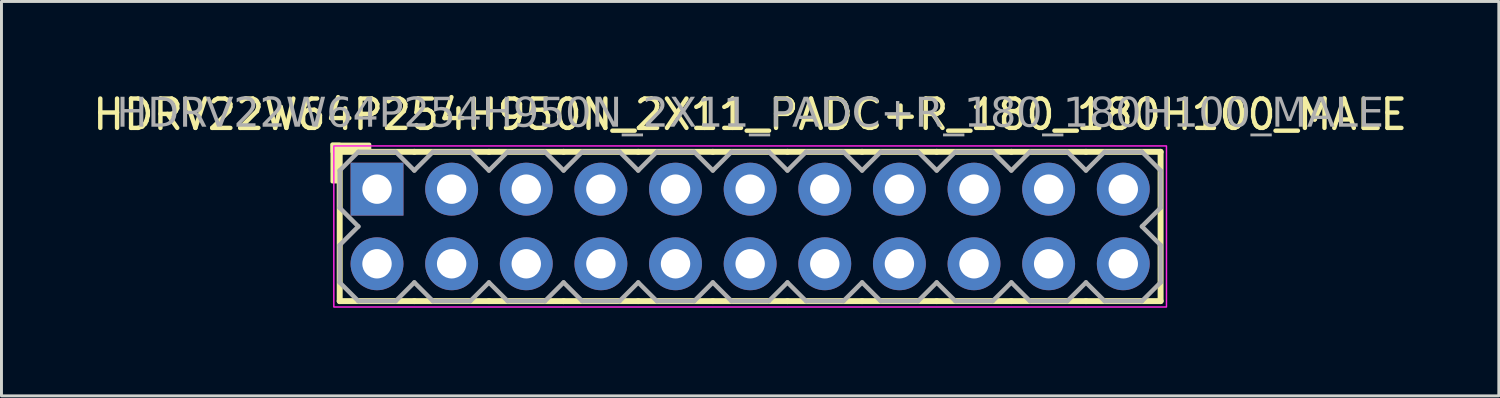
<source format=kicad_pcb>
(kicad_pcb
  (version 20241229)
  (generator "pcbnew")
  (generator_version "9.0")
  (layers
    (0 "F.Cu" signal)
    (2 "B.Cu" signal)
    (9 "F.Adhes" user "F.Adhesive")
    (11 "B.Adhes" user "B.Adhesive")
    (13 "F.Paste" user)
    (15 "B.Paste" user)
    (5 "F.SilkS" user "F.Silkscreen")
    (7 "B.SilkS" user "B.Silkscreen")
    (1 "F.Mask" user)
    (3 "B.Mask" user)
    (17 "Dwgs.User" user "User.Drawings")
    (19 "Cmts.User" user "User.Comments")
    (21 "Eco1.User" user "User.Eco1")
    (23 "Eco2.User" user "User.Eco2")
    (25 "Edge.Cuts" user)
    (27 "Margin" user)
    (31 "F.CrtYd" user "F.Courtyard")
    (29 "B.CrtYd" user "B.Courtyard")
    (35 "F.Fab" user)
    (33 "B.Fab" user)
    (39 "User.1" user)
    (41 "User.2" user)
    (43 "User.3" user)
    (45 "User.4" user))
  (footprint "HDRV22W64P254H950N_2X11_PADC+R_180_180H100_MALE"
    (layer "F.Cu")
    (at 22.482 4.658)
    (property "Reference" "HDRV22W64P254H950N_2X11_PADC+R_180_180H100_MALE" (at 0 -3.81 0) (layer "F.SilkS") (effects (font (size 1 1) (thickness 0.15))))
    (attr through_hole)
    (fp_line (start -13.97 2.54) (end -13.97 -2.54) (stroke (width 0.203) (type solid)) (layer "F.SilkS"))
    (fp_line (start -11.43 -2.54) (end -13.97 -2.54) (stroke (width 0.203) (type solid)) (layer "F.SilkS"))
    (fp_line (start -11.43 2.54) (end -13.97 2.54) (stroke (width 0.203) (type solid)) (layer "F.SilkS"))
    (fp_line (start -8.89 -2.54) (end -11.43 -2.54) (stroke (width 0.203) (type solid)) (layer "F.SilkS"))
    (fp_line (start -8.89 2.54) (end -11.43 2.54) (stroke (width 0.203) (type solid)) (layer "F.SilkS"))
    (fp_line (start -6.35 -2.54) (end -8.89 -2.54) (stroke (width 0.203) (type solid)) (layer "F.SilkS"))
    (fp_line (start -6.35 2.54) (end -8.89 2.54) (stroke (width 0.203) (type solid)) (layer "F.SilkS"))
    (fp_line (start -3.81 -2.54) (end -6.35 -2.54) (stroke (width 0.203) (type solid)) (layer "F.SilkS"))
    (fp_line (start -3.81 2.54) (end -6.35 2.54) (stroke (width 0.203) (type solid)) (layer "F.SilkS"))
    (fp_line (start -1.27 -2.54) (end -3.81 -2.54) (stroke (width 0.203) (type solid)) (layer "F.SilkS"))
    (fp_line (start -1.27 2.54) (end -3.81 2.54) (stroke (width 0.203) (type solid)) (layer "F.SilkS"))
    (fp_line (start 1.27 -2.54) (end -1.27 -2.54) (stroke (width 0.203) (type solid)) (layer "F.SilkS"))
    (fp_line (start 1.27 2.54) (end -1.27 2.54) (stroke (width 0.203) (type solid)) (layer "F.SilkS"))
    (fp_line (start 3.81 -2.54) (end 1.27 -2.54) (stroke (width 0.203) (type solid)) (layer "F.SilkS"))
    (fp_line (start 3.81 2.54) (end 1.27 2.54) (stroke (width 0.203) (type solid)) (layer "F.SilkS"))
    (fp_line (start 6.35 -2.54) (end 3.81 -2.54) (stroke (width 0.203) (type solid)) (layer "F.SilkS"))
    (fp_line (start 6.35 2.54) (end 3.81 2.54) (stroke (width 0.203) (type solid)) (layer "F.SilkS"))
    (fp_line (start 8.89 -2.54) (end 6.35 -2.54) (stroke (width 0.203) (type solid)) (layer "F.SilkS"))
    (fp_line (start 8.89 2.54) (end 6.35 2.54) (stroke (width 0.203) (type solid)) (layer "F.SilkS"))
    (fp_line (start 11.43 -2.54) (end 8.89 -2.54) (stroke (width 0.203) (type solid)) (layer "F.SilkS"))
    (fp_line (start 11.43 2.54) (end 8.89 2.54) (stroke (width 0.203) (type solid)) (layer "F.SilkS"))
    (fp_line (start 13.97 -2.54) (end 11.43 -2.54) (stroke (width 0.203) (type solid)) (layer "F.SilkS"))
    (fp_line (start 13.97 2.54) (end 11.43 2.54) (stroke (width 0.203) (type solid)) (layer "F.SilkS"))
    (fp_line (start 13.97 2.54) (end 13.97 -2.54) (stroke (width 0.203) (type solid)) (layer "F.SilkS"))
    (fp_rect (start -14.224 -1.524) (end -13.97 -2.794) (stroke (width 0.12) (type solid)) (fill yes) (layer "F.SilkS"))
    (fp_rect (start -12.954 -2.54) (end -14.224 -2.794) (stroke (width 0.12) (type solid)) (fill yes) (layer "F.SilkS"))
    (fp_rect (start -14.17 -2.74) (end 14.17 2.74) (stroke (width 0.05) (type default)) (fill no) (layer "F.CrtYd"))
    (fp_line (start -13.97 -1.905) (end -13.97 -0.635) (stroke (width 0.152) (type solid)) (layer "F.Fab"))
    (fp_line (start -13.97 -1.905) (end -13.335 -2.54) (stroke (width 0.152) (type solid)) (layer "F.Fab"))
    (fp_line (start -13.97 0.635) (end -13.97 1.905) (stroke (width 0.152) (type solid)) (layer "F.Fab"))
    (fp_line (start -13.335 -2.54) (end -12.065 -2.54) (stroke (width 0.152) (type solid)) (layer "F.Fab"))
    (fp_line (start -13.335 0) (end -13.97 -0.635) (stroke (width 0.152) (type solid)) (layer "F.Fab"))
    (fp_line (start -13.335 0) (end -13.97 0.635) (stroke (width 0.152) (type solid)) (layer "F.Fab"))
    (fp_line (start -13.335 2.54) (end -13.97 1.905) (stroke (width 0.152) (type solid)) (layer "F.Fab"))
    (fp_line (start -12.065 -2.54) (end -11.43 -1.905) (stroke (width 0.152) (type solid)) (layer "F.Fab"))
    (fp_line (start -12.065 2.54) (end -13.335 2.54) (stroke (width 0.152) (type solid)) (layer "F.Fab"))
    (fp_line (start -11.43 -1.905) (end -10.795 -2.54) (stroke (width 0.152) (type solid)) (layer "F.Fab"))
    (fp_line (start -11.43 1.905) (end -12.065 2.54) (stroke (width 0.152) (type solid)) (layer "F.Fab"))
    (fp_line (start -10.795 -2.54) (end -9.525 -2.54) (stroke (width 0.152) (type solid)) (layer "F.Fab"))
    (fp_line (start -10.795 2.54) (end -11.43 1.905) (stroke (width 0.152) (type solid)) (layer "F.Fab"))
    (fp_line (start -9.525 -2.54) (end -8.89 -1.905) (stroke (width 0.152) (type solid)) (layer "F.Fab"))
    (fp_line (start -9.525 2.54) (end -10.795 2.54) (stroke (width 0.152) (type solid)) (layer "F.Fab"))
    (fp_line (start -8.89 -1.905) (end -8.255 -2.54) (stroke (width 0.152) (type solid)) (layer "F.Fab"))
    (fp_line (start -8.89 1.905) (end -9.525 2.54) (stroke (width 0.152) (type solid)) (layer "F.Fab"))
    (fp_line (start -8.255 -2.54) (end -6.985 -2.54) (stroke (width 0.152) (type solid)) (layer "F.Fab"))
    (fp_line (start -8.255 2.54) (end -8.89 1.905) (stroke (width 0.152) (type solid)) (layer "F.Fab"))
    (fp_line (start -6.985 -2.54) (end -6.35 -1.905) (stroke (width 0.152) (type solid)) (layer "F.Fab"))
    (fp_line (start -6.985 2.54) (end -8.255 2.54) (stroke (width 0.152) (type solid)) (layer "F.Fab"))
    (fp_line (start -6.35 -1.905) (end -5.715 -2.54) (stroke (width 0.152) (type solid)) (layer "F.Fab"))
    (fp_line (start -6.35 1.905) (end -6.985 2.54) (stroke (width 0.152) (type solid)) (layer "F.Fab"))
    (fp_line (start -5.715 -2.54) (end -4.445 -2.54) (stroke (width 0.152) (type solid)) (layer "F.Fab"))
    (fp_line (start -5.715 2.54) (end -6.35 1.905) (stroke (width 0.152) (type solid)) (layer "F.Fab"))
    (fp_line (start -4.445 -2.54) (end -3.81 -1.905) (stroke (width 0.152) (type solid)) (layer "F.Fab"))
    (fp_line (start -4.445 2.54) (end -5.715 2.54) (stroke (width 0.152) (type solid)) (layer "F.Fab"))
    (fp_line (start -3.81 -1.905) (end -3.175 -2.54) (stroke (width 0.152) (type solid)) (layer "F.Fab"))
    (fp_line (start -3.81 1.905) (end -4.445 2.54) (stroke (width 0.152) (type solid)) (layer "F.Fab"))
    (fp_line (start -3.175 -2.54) (end -1.905 -2.54) (stroke (width 0.152) (type solid)) (layer "F.Fab"))
    (fp_line (start -3.175 2.54) (end -3.81 1.905) (stroke (width 0.152) (type solid)) (layer "F.Fab"))
    (fp_line (start -1.905 -2.54) (end -1.27 -1.905) (stroke (width 0.152) (type solid)) (layer "F.Fab"))
    (fp_line (start -1.905 2.54) (end -3.175 2.54) (stroke (width 0.152) (type solid)) (layer "F.Fab"))
    (fp_line (start -1.27 -1.905) (end -0.635 -2.54) (stroke (width 0.152) (type solid)) (layer "F.Fab"))
    (fp_line (start -1.27 1.905) (end -1.905 2.54) (stroke (width 0.152) (type solid)) (layer "F.Fab"))
    (fp_line (start -0.635 -2.54) (end 0.635 -2.54) (stroke (width 0.152) (type solid)) (layer "F.Fab"))
    (fp_line (start -0.635 2.54) (end -1.27 1.905) (stroke (width 0.152) (type solid)) (layer "F.Fab"))
    (fp_line (start 0.635 -2.54) (end 1.27 -1.905) (stroke (width 0.152) (type solid)) (layer "F.Fab"))
    (fp_line (start 0.635 2.54) (end -0.635 2.54) (stroke (width 0.152) (type solid)) (layer "F.Fab"))
    (fp_line (start 1.27 -1.905) (end 1.905 -2.54) (stroke (width 0.152) (type solid)) (layer "F.Fab"))
    (fp_line (start 1.27 1.905) (end 0.635 2.54) (stroke (width 0.152) (type solid)) (layer "F.Fab"))
    (fp_line (start 1.905 -2.54) (end 3.175 -2.54) (stroke (width 0.152) (type solid)) (layer "F.Fab"))
    (fp_line (start 1.905 2.54) (end 1.27 1.905) (stroke (width 0.152) (type solid)) (layer "F.Fab"))
    (fp_line (start 3.175 -2.54) (end 3.81 -1.905) (stroke (width 0.152) (type solid)) (layer "F.Fab"))
    (fp_line (start 3.175 2.54) (end 1.905 2.54) (stroke (width 0.152) (type solid)) (layer "F.Fab"))
    (fp_line (start 3.81 -1.905) (end 4.445 -2.54) (stroke (width 0.152) (type solid)) (layer "F.Fab"))
    (fp_line (start 3.81 1.905) (end 3.175 2.54) (stroke (width 0.152) (type solid)) (layer "F.Fab"))
    (fp_line (start 4.445 -2.54) (end 5.715 -2.54) (stroke (width 0.152) (type solid)) (layer "F.Fab"))
    (fp_line (start 4.445 2.54) (end 3.81 1.905) (stroke (width 0.152) (type solid)) (layer "F.Fab"))
    (fp_line (start 5.715 -2.54) (end 6.35 -1.905) (stroke (width 0.152) (type solid)) (layer "F.Fab"))
    (fp_line (start 5.715 2.54) (end 4.445 2.54) (stroke (width 0.152) (type solid)) (layer "F.Fab"))
    (fp_line (start 6.35 -1.905) (end 6.985 -2.54) (stroke (width 0.152) (type solid)) (layer "F.Fab"))
    (fp_line (start 6.35 1.905) (end 5.715 2.54) (stroke (width 0.152) (type solid)) (layer "F.Fab"))
    (fp_line (start 6.985 -2.54) (end 8.255 -2.54) (stroke (width 0.152) (type solid)) (layer "F.Fab"))
    (fp_line (start 6.985 2.54) (end 6.35 1.905) (stroke (width 0.152) (type solid)) (layer "F.Fab"))
    (fp_line (start 8.255 -2.54) (end 8.89 -1.905) (stroke (width 0.152) (type solid)) (layer "F.Fab"))
    (fp_line (start 8.255 2.54) (end 6.985 2.54) (stroke (width 0.152) (type solid)) (layer "F.Fab"))
    (fp_line (start 8.89 -1.905) (end 9.525 -2.54) (stroke (width 0.152) (type solid)) (layer "F.Fab"))
    (fp_line (start 8.89 1.905) (end 8.255 2.54) (stroke (width 0.152) (type solid)) (layer "F.Fab"))
    (fp_line (start 9.525 -2.54) (end 10.795 -2.54) (stroke (width 0.152) (type solid)) (layer "F.Fab"))
    (fp_line (start 9.525 2.54) (end 8.89 1.905) (stroke (width 0.152) (type solid)) (layer "F.Fab"))
    (fp_line (start 10.795 -2.54) (end 11.43 -1.905) (stroke (width 0.152) (type solid)) (layer "F.Fab"))
    (fp_line (start 10.795 2.54) (end 9.525 2.54) (stroke (width 0.152) (type solid)) (layer "F.Fab"))
    (fp_line (start 11.43 -1.905) (end 12.065 -2.54) (stroke (width 0.152) (type solid)) (layer "F.Fab"))
    (fp_line (start 11.43 1.905) (end 10.795 2.54) (stroke (width 0.152) (type solid)) (layer "F.Fab"))
    (fp_line (start 12.065 -2.54) (end 13.335 -2.54) (stroke (width 0.152) (type solid)) (layer "F.Fab"))
    (fp_line (start 12.065 2.54) (end 11.43 1.905) (stroke (width 0.152) (type solid)) (layer "F.Fab"))
    (fp_line (start 13.335 -2.54) (end 13.97 -1.905) (stroke (width 0.152) (type solid)) (layer "F.Fab"))
    (fp_line (start 13.335 0) (end 13.97 0.635) (stroke (width 0.152) (type solid)) (layer "F.Fab"))
    (fp_line (start 13.335 2.54) (end 12.065 2.54) (stroke (width 0.152) (type solid)) (layer "F.Fab"))
    (fp_line (start 13.97 -1.905) (end 13.97 -0.635) (stroke (width 0.152) (type solid)) (layer "F.Fab"))
    (fp_line (start 13.97 -0.635) (end 13.335 0) (stroke (width 0.152) (type solid)) (layer "F.Fab"))
    (fp_line (start 13.97 0.635) (end 13.97 1.905) (stroke (width 0.152) (type solid)) (layer "F.Fab"))
    (fp_line (start 13.97 1.905) (end 13.335 2.54) (stroke (width 0.152) (type solid)) (layer "F.Fab"))
    (fp_rect (start -12.446 -1.524) (end -12.954 -1.016) (stroke (width 0.152) (type solid)) (fill no) (layer "F.Fab"))
    (fp_rect (start -12.446 1.016) (end -12.954 1.524) (stroke (width 0.152) (type solid)) (fill no) (layer "F.Fab"))
    (fp_rect (start -9.906 -1.524) (end -10.414 -1.016) (stroke (width 0.152) (type solid)) (fill no) (layer "F.Fab"))
    (fp_rect (start -9.906 1.016) (end -10.414 1.524) (stroke (width 0.152) (type solid)) (fill no) (layer "F.Fab"))
    (fp_rect (start -7.366 -1.524) (end -7.874 -1.016) (stroke (width 0.152) (type solid)) (fill no) (layer "F.Fab"))
    (fp_rect (start -7.366 1.016) (end -7.874 1.524) (stroke (width 0.152) (type solid)) (fill no) (layer "F.Fab"))
    (fp_rect (start -4.826 -1.524) (end -5.334 -1.016) (stroke (width 0.152) (type solid)) (fill no) (layer "F.Fab"))
    (fp_rect (start -4.826 1.016) (end -5.334 1.524) (stroke (width 0.152) (type solid)) (fill no) (layer "F.Fab"))
    (fp_rect (start -2.286 -1.524) (end -2.794 -1.016) (stroke (width 0.152) (type solid)) (fill no) (layer "F.Fab"))
    (fp_rect (start -2.286 1.016) (end -2.794 1.524) (stroke (width 0.152) (type solid)) (fill no) (layer "F.Fab"))
    (fp_rect (start 0.254 -1.524) (end -0.254 -1.016) (stroke (width 0.152) (type solid)) (fill no) (layer "F.Fab"))
    (fp_rect (start 0.254 1.016) (end -0.254 1.524) (stroke (width 0.152) (type solid)) (fill no) (layer "F.Fab"))
    (fp_rect (start 2.794 -1.524) (end 2.286 -1.016) (stroke (width 0.152) (type solid)) (fill no) (layer "F.Fab"))
    (fp_rect (start 2.794 1.016) (end 2.286 1.524) (stroke (width 0.152) (type solid)) (fill no) (layer "F.Fab"))
    (fp_rect (start 5.334 -1.524) (end 4.826 -1.016) (stroke (width 0.152) (type solid)) (fill no) (layer "F.Fab"))
    (fp_rect (start 5.334 1.016) (end 4.826 1.524) (stroke (width 0.152) (type solid)) (fill no) (layer "F.Fab"))
    (fp_rect (start 7.874 -1.524) (end 7.366 -1.016) (stroke (width 0.152) (type solid)) (fill no) (layer "F.Fab"))
    (fp_rect (start 7.874 1.016) (end 7.366 1.524) (stroke (width 0.152) (type solid)) (fill no) (layer "F.Fab"))
    (fp_rect (start 10.414 -1.524) (end 9.906 -1.016) (stroke (width 0.152) (type solid)) (fill no) (layer "F.Fab"))
    (fp_rect (start 10.414 1.016) (end 9.906 1.524) (stroke (width 0.152) (type solid)) (fill no) (layer "F.Fab"))
    (fp_rect (start 12.954 -1.524) (end 12.446 -1.016) (stroke (width 0.152) (type solid)) (fill no) (layer "F.Fab"))
    (fp_rect (start 12.954 1.016) (end 12.446 1.524) (stroke (width 0.152) (type solid)) (fill no) (layer "F.Fab"))
    (fp_text user "${REFERENCE}" (at 0 -3.81 0) (layer "F.Fab") (effects (font (face "Tahoma") (size 1 1) (thickness 0.15))))
    (pad "1" thru_hole rect (at -12.7 -1.27) (size 1.8 1.8) (drill 1) (layers "*.Cu" "*.Mask"))
    (pad "2" thru_hole circle (at -12.7 1.27) (size 1.8 1.8) (drill 1) (layers "*.Cu" "*.Mask"))
    (pad "3" thru_hole circle (at -10.16 -1.27) (size 1.8 1.8) (drill 1) (layers "*.Cu" "*.Mask"))
    (pad "4" thru_hole circle (at -10.16 1.27) (size 1.8 1.8) (drill 1) (layers "*.Cu" "*.Mask"))
    (pad "5" thru_hole circle (at -7.62 -1.27) (size 1.8 1.8) (drill 1) (layers "*.Cu" "*.Mask"))
    (pad "6" thru_hole circle (at -7.62 1.27) (size 1.8 1.8) (drill 1) (layers "*.Cu" "*.Mask"))
    (pad "7" thru_hole circle (at -5.08 -1.27) (size 1.8 1.8) (drill 1) (layers "*.Cu" "*.Mask"))
    (pad "8" thru_hole circle (at -5.08 1.27) (size 1.8 1.8) (drill 1) (layers "*.Cu" "*.Mask"))
    (pad "9" thru_hole circle (at -2.54 -1.27) (size 1.8 1.8) (drill 1) (layers "*.Cu" "*.Mask"))
    (pad "10" thru_hole circle (at -2.54 1.27) (size 1.8 1.8) (drill 1) (layers "*.Cu" "*.Mask"))
    (pad "11" thru_hole circle (at 0 -1.27) (size 1.8 1.8) (drill 1) (layers "*.Cu" "*.Mask"))
    (pad "12" thru_hole circle (at 0 1.27) (size 1.8 1.8) (drill 1) (layers "*.Cu" "*.Mask"))
    (pad "13" thru_hole circle (at 2.54 -1.27) (size 1.8 1.8) (drill 1) (layers "*.Cu" "*.Mask"))
    (pad "14" thru_hole circle (at 2.54 1.27) (size 1.8 1.8) (drill 1) (layers "*.Cu" "*.Mask"))
    (pad "15" thru_hole circle (at 5.08 -1.27) (size 1.8 1.8) (drill 1) (layers "*.Cu" "*.Mask"))
    (pad "16" thru_hole circle (at 5.08 1.27) (size 1.8 1.8) (drill 1) (layers "*.Cu" "*.Mask"))
    (pad "17" thru_hole circle (at 7.62 -1.27) (size 1.8 1.8) (drill 1) (layers "*.Cu" "*.Mask"))
    (pad "18" thru_hole circle (at 7.62 1.27) (size 1.8 1.8) (drill 1) (layers "*.Cu" "*.Mask"))
    (pad "19" thru_hole circle (at 10.16 -1.27) (size 1.8 1.8) (drill 1) (layers "*.Cu" "*.Mask"))
    (pad "20" thru_hole circle (at 10.16 1.27) (size 1.8 1.8) (drill 1) (layers "*.Cu" "*.Mask"))
    (pad "21" thru_hole circle (at 12.7 -1.27) (size 1.8 1.8) (drill 1) (layers "*.Cu" "*.Mask"))
    (pad "22" thru_hole circle (at 12.7 1.27) (size 1.8 1.8) (drill 1) (layers "*.Cu" "*.Mask")))
  (gr_rect
    (start -3 -3)
    (end 47.964 10.423)
    (stroke (width 0.1) (type default))
    (fill no)
    (layer "Edge.Cuts")))
</source>
